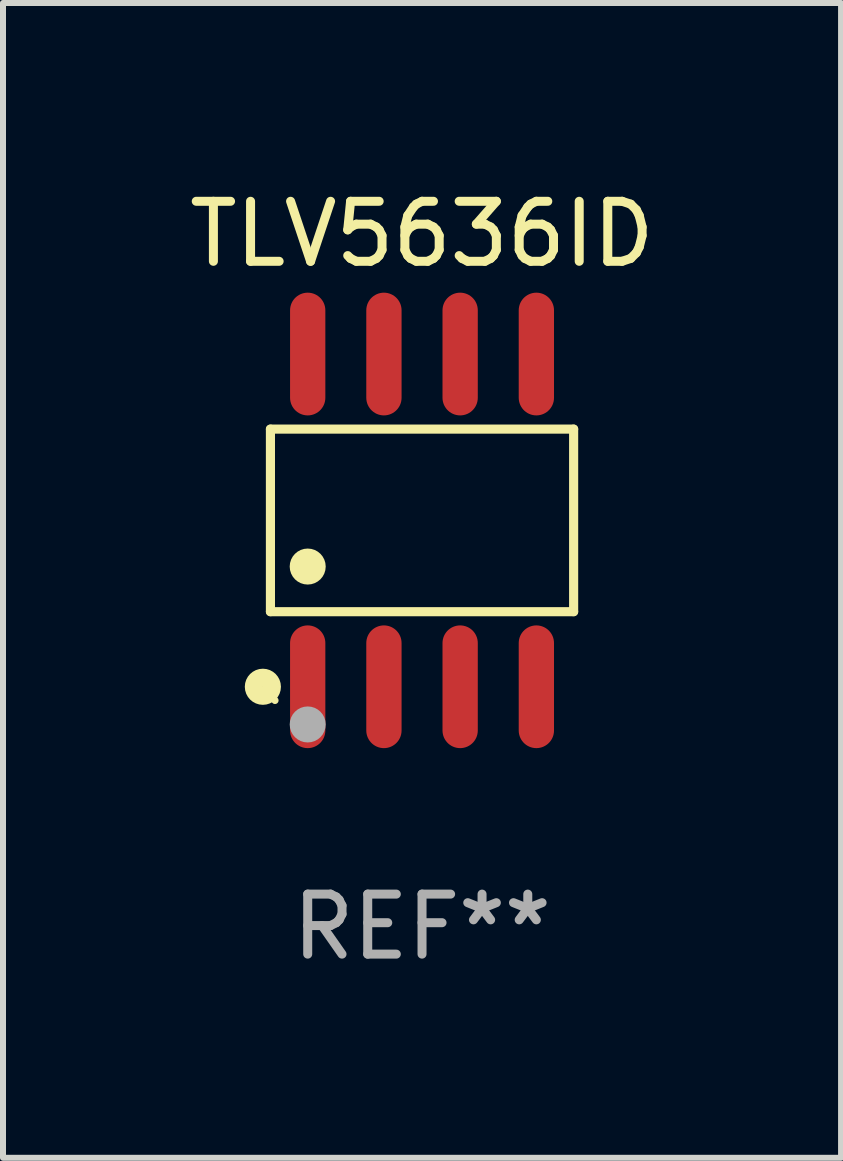
<source format=kicad_pcb>
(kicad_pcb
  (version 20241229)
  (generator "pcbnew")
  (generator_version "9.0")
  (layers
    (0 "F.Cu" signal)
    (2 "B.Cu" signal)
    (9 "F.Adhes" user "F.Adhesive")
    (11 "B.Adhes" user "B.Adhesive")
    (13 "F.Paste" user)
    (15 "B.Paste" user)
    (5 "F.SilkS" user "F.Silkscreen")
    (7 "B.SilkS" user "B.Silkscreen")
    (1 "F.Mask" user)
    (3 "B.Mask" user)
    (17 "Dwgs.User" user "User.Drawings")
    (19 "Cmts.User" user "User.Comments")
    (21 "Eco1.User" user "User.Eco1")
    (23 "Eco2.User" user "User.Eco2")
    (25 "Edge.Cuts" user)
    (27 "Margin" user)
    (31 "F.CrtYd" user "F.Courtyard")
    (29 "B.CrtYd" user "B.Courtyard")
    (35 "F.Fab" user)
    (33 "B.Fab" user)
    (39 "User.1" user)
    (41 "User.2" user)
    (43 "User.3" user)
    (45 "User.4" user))
  (footprint "TLV5636ID"
    (layer "F.Cu")
    (at 3.982 5.621)
    (property "Reference" "TLV5636ID" (at 0 -4.772 0) (layer "F.SilkS") (effects (font (size 1 1) (thickness 0.15))))
    (attr through_hole)
    (fp_line (start -2.526 -1.521) (end 2.526 -1.521) (stroke (width 0.152) (type solid)) (layer "F.SilkS"))
    (fp_line (start -2.526 1.521) (end -2.526 -1.521) (stroke (width 0.152) (type solid)) (layer "F.SilkS"))
    (fp_line (start 2.526 -1.521) (end 2.526 1.521) (stroke (width 0.152) (type solid)) (layer "F.SilkS"))
    (fp_line (start 2.526 1.521) (end -2.526 1.521) (stroke (width 0.152) (type solid)) (layer "F.SilkS"))
    (fp_circle (center -2.652 2.772) (end -2.501 2.772) (stroke (width 0.3) (type solid)) (fill no) (layer "F.SilkS"))
    (fp_circle (center -2.45 3) (end -2.42 3) (stroke (width 0.06) (type solid)) (fill no) (layer "F.SilkS"))
    (fp_circle (center -1.905 0.769) (end -1.755 0.769) (stroke (width 0.3) (type solid)) (fill no) (layer "F.SilkS"))
    (fp_circle (center -1.905 3.4) (end -1.755 3.4) (stroke (width 0.3) (type solid)) (fill no) (layer "F.Fab"))
    (fp_text user "REF**" (at 0 6.772 0) (layer "F.Fab") (effects (font (size 1 1) (thickness 0.15))))
    (pad "1" smd oval (at -1.905 2.772) (size 0.588 2.045) (layers "F.Cu" "F.Mask" "F.Paste"))
    (pad "2" smd oval (at -0.635 2.772) (size 0.588 2.045) (layers "F.Cu" "F.Mask" "F.Paste"))
    (pad "3" smd oval (at 0.635 2.772) (size 0.588 2.045) (layers "F.Cu" "F.Mask" "F.Paste"))
    (pad "4" smd oval (at 1.905 2.772) (size 0.588 2.045) (layers "F.Cu" "F.Mask" "F.Paste"))
    (pad "5" smd oval (at 1.905 -2.772) (size 0.588 2.045) (layers "F.Cu" "F.Mask" "F.Paste"))
    (pad "6" smd oval (at 0.635 -2.772) (size 0.588 2.045) (layers "F.Cu" "F.Mask" "F.Paste"))
    (pad "7" smd oval (at -0.635 -2.772) (size 0.588 2.045) (layers "F.Cu" "F.Mask" "F.Paste"))
    (pad "8" smd oval (at -1.905 -2.772) (size 0.588 2.045) (layers "F.Cu" "F.Mask" "F.Paste")))
  (gr_rect
    (start -3 -3)
    (end 10.964 16.241)
    (stroke (width 0.1) (type default))
    (fill no)
    (layer "Edge.Cuts")))
</source>
